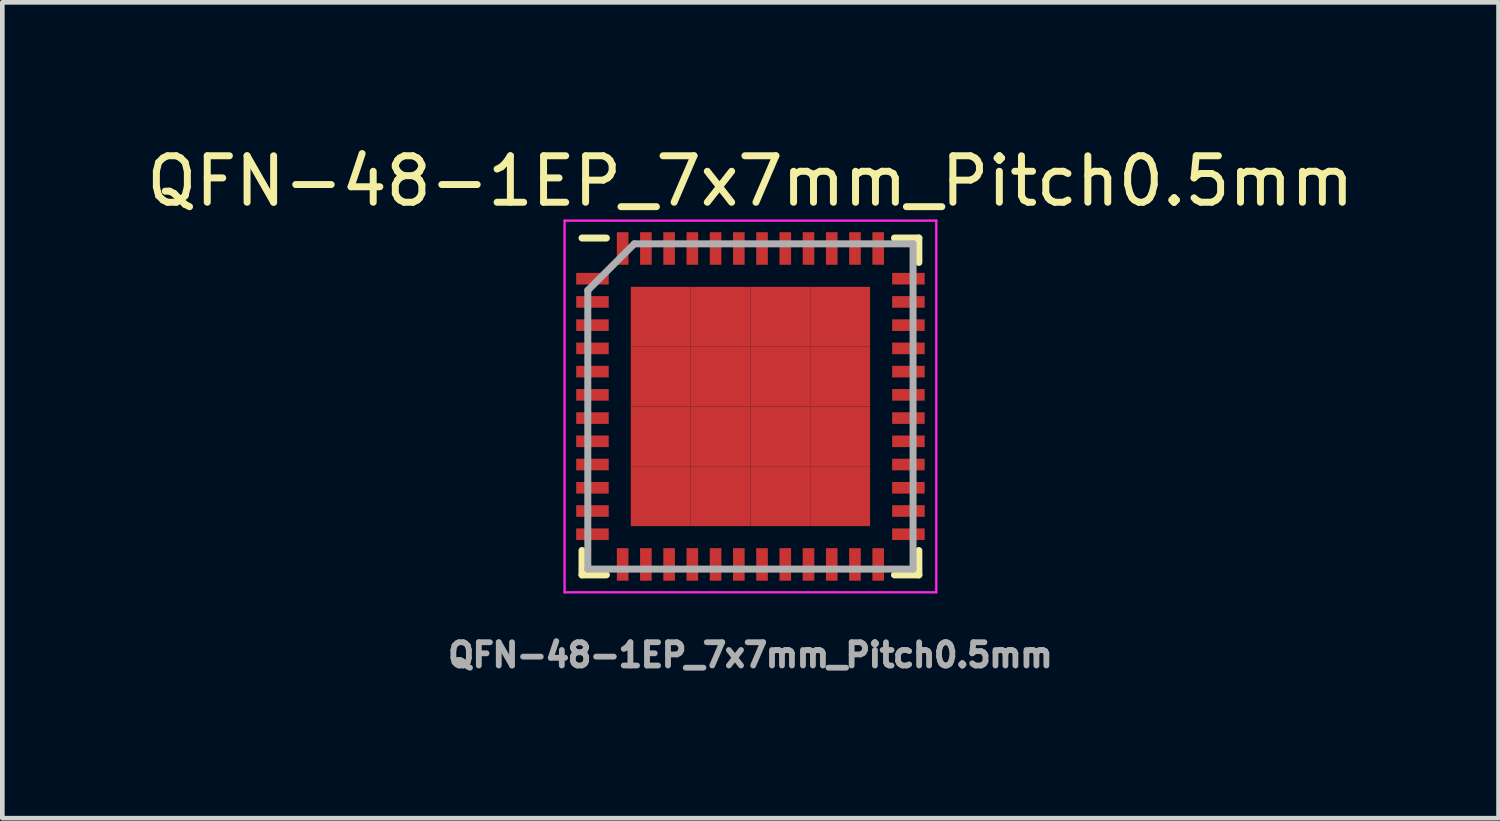
<source format=kicad_pcb>
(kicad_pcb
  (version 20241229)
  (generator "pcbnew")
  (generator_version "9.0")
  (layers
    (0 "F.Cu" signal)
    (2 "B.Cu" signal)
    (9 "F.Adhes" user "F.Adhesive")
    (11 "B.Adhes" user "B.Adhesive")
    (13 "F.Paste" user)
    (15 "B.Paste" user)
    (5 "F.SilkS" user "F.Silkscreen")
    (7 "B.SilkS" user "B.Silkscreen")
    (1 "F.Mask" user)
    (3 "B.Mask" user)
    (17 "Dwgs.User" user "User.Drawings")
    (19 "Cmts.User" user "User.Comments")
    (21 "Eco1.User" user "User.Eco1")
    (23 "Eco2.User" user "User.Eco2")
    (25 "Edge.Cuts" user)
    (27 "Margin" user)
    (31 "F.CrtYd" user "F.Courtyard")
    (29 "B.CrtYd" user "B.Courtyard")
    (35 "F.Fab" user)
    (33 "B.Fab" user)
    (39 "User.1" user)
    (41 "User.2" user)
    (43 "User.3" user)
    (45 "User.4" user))
  (footprint "QFN-48-1EP_7x7mm_Pitch0.5mm"
    (layer "F.Cu")
    (at 13.101 5.698)
    (property "Reference" "QFN-48-1EP_7x7mm_Pitch0.5mm" (at 0 -4.85 0) (layer "F.SilkS") (effects (font (size 1 1) (thickness 0.15))))
    (attr smd)
    (fp_line (start -3.625 -3.625) (end -3.1 -3.625) (stroke (width 0.15) (type solid)) (layer "F.SilkS"))
    (fp_line (start -3.625 3.625) (end -3.625 3.1) (stroke (width 0.15) (type solid)) (layer "F.SilkS"))
    (fp_line (start -3.625 3.625) (end -3.1 3.625) (stroke (width 0.15) (type solid)) (layer "F.SilkS"))
    (fp_line (start 3.625 -3.625) (end 3.1 -3.625) (stroke (width 0.15) (type solid)) (layer "F.SilkS"))
    (fp_line (start 3.625 -3.625) (end 3.625 -3.1) (stroke (width 0.15) (type solid)) (layer "F.SilkS"))
    (fp_line (start 3.625 3.625) (end 3.1 3.625) (stroke (width 0.15) (type solid)) (layer "F.SilkS"))
    (fp_line (start 3.625 3.625) (end 3.625 3.1) (stroke (width 0.15) (type solid)) (layer "F.SilkS"))
    (fp_line (start -4 -4) (end -4 4) (stroke (width 0.05) (type solid)) (layer "F.CrtYd"))
    (fp_line (start -4 -4) (end 4 -4) (stroke (width 0.05) (type solid)) (layer "F.CrtYd"))
    (fp_line (start -4 4) (end 4 4) (stroke (width 0.05) (type solid)) (layer "F.CrtYd"))
    (fp_line (start 4 -4) (end 4 4) (stroke (width 0.05) (type solid)) (layer "F.CrtYd"))
    (fp_line (start -3.5 -2.5) (end -2.5 -3.5) (stroke (width 0.15) (type solid)) (layer "F.Fab"))
    (fp_line (start -3.5 3.5) (end -3.5 -2.5) (stroke (width 0.15) (type solid)) (layer "F.Fab"))
    (fp_line (start -2.5 -3.5) (end 3.5 -3.5) (stroke (width 0.15) (type solid)) (layer "F.Fab"))
    (fp_line (start 3.5 -3.5) (end 3.5 3.5) (stroke (width 0.15) (type solid)) (layer "F.Fab"))
    (fp_line (start 3.5 3.5) (end -3.5 3.5) (stroke (width 0.15) (type solid)) (layer "F.Fab"))
    (fp_text user "${REFERENCE}" (at 0 5.35 0) (layer "F.Fab") (effects (font (size 0.5 0.5) (thickness 0.125))))
    (pad "1" smd rect (at -3.4 -2.75) (size 0.7 0.25) (layers "F.Cu" "F.Mask" "F.Paste"))
    (pad "2" smd rect (at -3.4 -2.25) (size 0.7 0.25) (layers "F.Cu" "F.Mask" "F.Paste"))
    (pad "3" smd rect (at -3.4 -1.75) (size 0.7 0.25) (layers "F.Cu" "F.Mask" "F.Paste"))
    (pad "4" smd rect (at -3.4 -1.25) (size 0.7 0.25) (layers "F.Cu" "F.Mask" "F.Paste"))
    (pad "5" smd rect (at -3.4 -0.75) (size 0.7 0.25) (layers "F.Cu" "F.Mask" "F.Paste"))
    (pad "6" smd rect (at -3.4 -0.25) (size 0.7 0.25) (layers "F.Cu" "F.Mask" "F.Paste"))
    (pad "7" smd rect (at -3.4 0.25) (size 0.7 0.25) (layers "F.Cu" "F.Mask" "F.Paste"))
    (pad "8" smd rect (at -3.4 0.75) (size 0.7 0.25) (layers "F.Cu" "F.Mask" "F.Paste"))
    (pad "9" smd rect (at -3.4 1.25) (size 0.7 0.25) (layers "F.Cu" "F.Mask" "F.Paste"))
    (pad "10" smd rect (at -3.4 1.75) (size 0.7 0.25) (layers "F.Cu" "F.Mask" "F.Paste"))
    (pad "11" smd rect (at -3.4 2.25) (size 0.7 0.25) (layers "F.Cu" "F.Mask" "F.Paste"))
    (pad "12" smd rect (at -3.4 2.75) (size 0.7 0.25) (layers "F.Cu" "F.Mask" "F.Paste"))
    (pad "13" smd rect (at -2.75 3.4 90) (size 0.7 0.25) (layers "F.Cu" "F.Mask" "F.Paste"))
    (pad "14" smd rect (at -2.25 3.4 90) (size 0.7 0.25) (layers "F.Cu" "F.Mask" "F.Paste"))
    (pad "15" smd rect (at -1.75 3.4 90) (size 0.7 0.25) (layers "F.Cu" "F.Mask" "F.Paste"))
    (pad "16" smd rect (at -1.25 3.4 90) (size 0.7 0.25) (layers "F.Cu" "F.Mask" "F.Paste"))
    (pad "17" smd rect (at -0.75 3.4 90) (size 0.7 0.25) (layers "F.Cu" "F.Mask" "F.Paste"))
    (pad "18" smd rect (at -0.25 3.4 90) (size 0.7 0.25) (layers "F.Cu" "F.Mask" "F.Paste"))
    (pad "19" smd rect (at 0.25 3.4 90) (size 0.7 0.25) (layers "F.Cu" "F.Mask" "F.Paste"))
    (pad "20" smd rect (at 0.75 3.4 90) (size 0.7 0.25) (layers "F.Cu" "F.Mask" "F.Paste"))
    (pad "21" smd rect (at 1.25 3.4 90) (size 0.7 0.25) (layers "F.Cu" "F.Mask" "F.Paste"))
    (pad "22" smd rect (at 1.75 3.4 90) (size 0.7 0.25) (layers "F.Cu" "F.Mask" "F.Paste"))
    (pad "23" smd rect (at 2.25 3.4 90) (size 0.7 0.25) (layers "F.Cu" "F.Mask" "F.Paste"))
    (pad "24" smd rect (at 2.75 3.4 90) (size 0.7 0.25) (layers "F.Cu" "F.Mask" "F.Paste"))
    (pad "25" smd rect (at 3.4 2.75) (size 0.7 0.25) (layers "F.Cu" "F.Mask" "F.Paste"))
    (pad "26" smd rect (at 3.4 2.25) (size 0.7 0.25) (layers "F.Cu" "F.Mask" "F.Paste"))
    (pad "27" smd rect (at 3.4 1.75) (size 0.7 0.25) (layers "F.Cu" "F.Mask" "F.Paste"))
    (pad "28" smd rect (at 3.4 1.25) (size 0.7 0.25) (layers "F.Cu" "F.Mask" "F.Paste"))
    (pad "29" smd rect (at 3.4 0.75) (size 0.7 0.25) (layers "F.Cu" "F.Mask" "F.Paste"))
    (pad "30" smd rect (at 3.4 0.25) (size 0.7 0.25) (layers "F.Cu" "F.Mask" "F.Paste"))
    (pad "31" smd rect (at 3.4 -0.25) (size 0.7 0.25) (layers "F.Cu" "F.Mask" "F.Paste"))
    (pad "32" smd rect (at 3.4 -0.75) (size 0.7 0.25) (layers "F.Cu" "F.Mask" "F.Paste"))
    (pad "33" smd rect (at 3.4 -1.25) (size 0.7 0.25) (layers "F.Cu" "F.Mask" "F.Paste"))
    (pad "34" smd rect (at 3.4 -1.75) (size 0.7 0.25) (layers "F.Cu" "F.Mask" "F.Paste"))
    (pad "35" smd rect (at 3.4 -2.25) (size 0.7 0.25) (layers "F.Cu" "F.Mask" "F.Paste"))
    (pad "36" smd rect (at 3.4 -2.75) (size 0.7 0.25) (layers "F.Cu" "F.Mask" "F.Paste"))
    (pad "37" smd rect (at 2.75 -3.4 90) (size 0.7 0.25) (layers "F.Cu" "F.Mask" "F.Paste"))
    (pad "38" smd rect (at 2.25 -3.4 90) (size 0.7 0.25) (layers "F.Cu" "F.Mask" "F.Paste"))
    (pad "39" smd rect (at 1.75 -3.4 90) (size 0.7 0.25) (layers "F.Cu" "F.Mask" "F.Paste"))
    (pad "40" smd rect (at 1.25 -3.4 90) (size 0.7 0.25) (layers "F.Cu" "F.Mask" "F.Paste"))
    (pad "41" smd rect (at 0.75 -3.4 90) (size 0.7 0.25) (layers "F.Cu" "F.Mask" "F.Paste"))
    (pad "42" smd rect (at 0.25 -3.4 90) (size 0.7 0.25) (layers "F.Cu" "F.Mask" "F.Paste"))
    (pad "43" smd rect (at -0.25 -3.4 90) (size 0.7 0.25) (layers "F.Cu" "F.Mask" "F.Paste"))
    (pad "44" smd rect (at -0.75 -3.4 90) (size 0.7 0.25) (layers "F.Cu" "F.Mask" "F.Paste"))
    (pad "45" smd rect (at -1.25 -3.4 90) (size 0.7 0.25) (layers "F.Cu" "F.Mask" "F.Paste"))
    (pad "46" smd rect (at -1.75 -3.4 90) (size 0.7 0.25) (layers "F.Cu" "F.Mask" "F.Paste"))
    (pad "47" smd rect (at -2.25 -3.4 90) (size 0.7 0.25) (layers "F.Cu" "F.Mask" "F.Paste"))
    (pad "48" smd rect (at -2.75 -3.4 90) (size 0.7 0.25) (layers "F.Cu" "F.Mask" "F.Paste"))
    (pad "49" smd rect (at -1.931 -1.931) (size 1.288 1.288) (layers "F.Cu" "F.Mask" "F.Paste"))
    (pad "49" smd rect (at -1.931 -0.644) (size 1.288 1.288) (layers "F.Cu" "F.Mask" "F.Paste"))
    (pad "49" smd rect (at -1.931 0.644) (size 1.288 1.288) (layers "F.Cu" "F.Mask" "F.Paste"))
    (pad "49" smd rect (at -1.931 1.931) (size 1.288 1.288) (layers "F.Cu" "F.Mask" "F.Paste"))
    (pad "49" smd rect (at -0.644 -1.931) (size 1.288 1.288) (layers "F.Cu" "F.Mask" "F.Paste"))
    (pad "49" smd rect (at -0.644 -0.644) (size 1.288 1.288) (layers "F.Cu" "F.Mask" "F.Paste"))
    (pad "49" smd rect (at -0.644 0.644) (size 1.288 1.288) (layers "F.Cu" "F.Mask" "F.Paste"))
    (pad "49" smd rect (at -0.644 1.931) (size 1.288 1.288) (layers "F.Cu" "F.Mask" "F.Paste"))
    (pad "49" smd rect (at 0.644 -1.931) (size 1.288 1.288) (layers "F.Cu" "F.Mask" "F.Paste"))
    (pad "49" smd rect (at 0.644 -0.644) (size 1.288 1.288) (layers "F.Cu" "F.Mask" "F.Paste"))
    (pad "49" smd rect (at 0.644 0.644) (size 1.288 1.288) (layers "F.Cu" "F.Mask" "F.Paste"))
    (pad "49" smd rect (at 0.644 1.931) (size 1.288 1.288) (layers "F.Cu" "F.Mask" "F.Paste"))
    (pad "49" smd rect (at 1.931 -1.931) (size 1.288 1.288) (layers "F.Cu" "F.Mask" "F.Paste"))
    (pad "49" smd rect (at 1.931 -0.644) (size 1.288 1.288) (layers "F.Cu" "F.Mask" "F.Paste"))
    (pad "49" smd rect (at 1.931 0.644) (size 1.288 1.288) (layers "F.Cu" "F.Mask" "F.Paste"))
    (pad "49" smd rect (at 1.931 1.931) (size 1.288 1.288) (layers "F.Cu" "F.Mask" "F.Paste")))
  (gr_rect
    (start -3 -3)
    (end 29.202 14.56)
    (stroke (width 0.1) (type default))
    (fill no)
    (layer "Edge.Cuts")))
</source>
